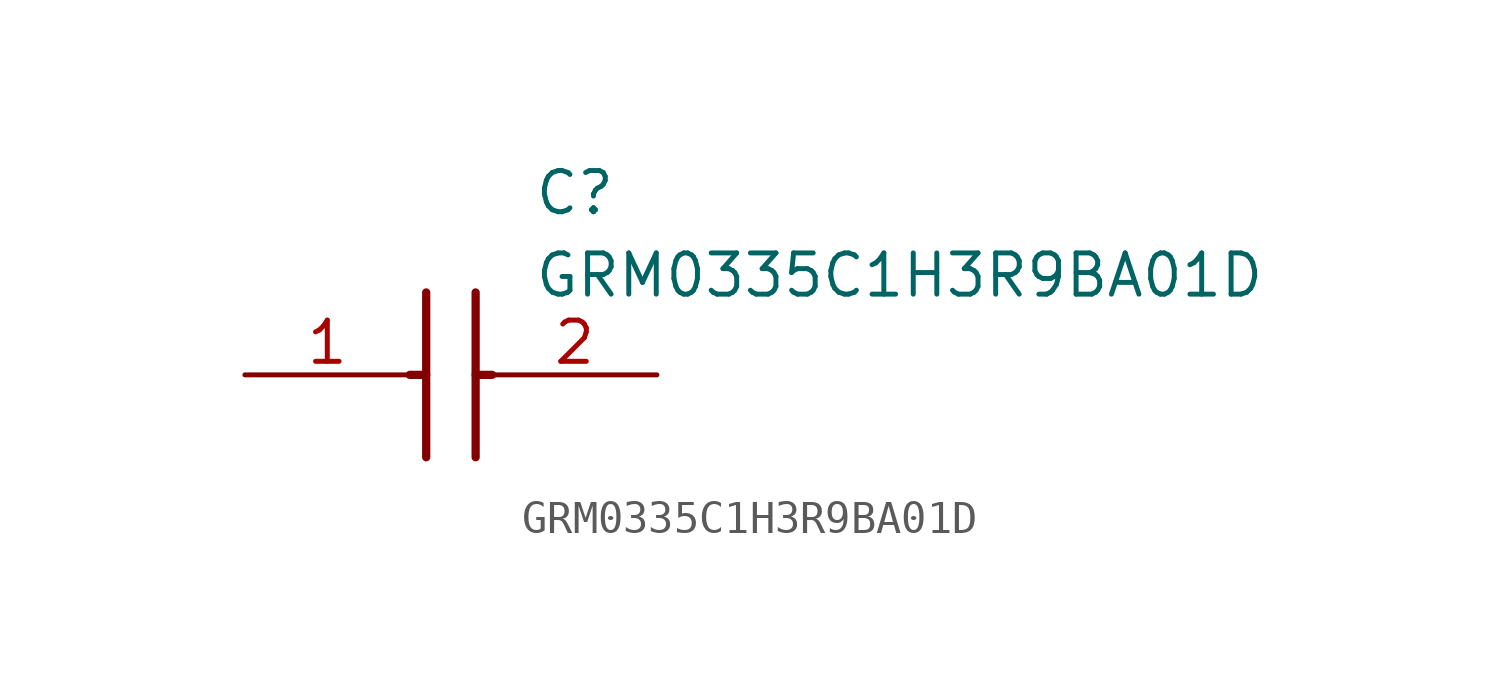
<source format=kicad_sym>
(kicad_symbol_lib
  (version 20211014)
  (generator SamacSys_ECAD_Model)
  (symbol "GRM0335C1H3R9BA01D"
    (pin_names hide)
    (property "Reference" "C"
      (at 8.89 6.35 0)
      (effects (font (size 1.27 1.27)) (justify left top)))
    (property "Value" "GRM0335C1H3R9BA01D"
      (at 8.89 3.81 0)
      (effects (font (size 1.27 1.27)) (justify left top)))
    (polyline
      (pts (xy 5.588 2.54) (xy 5.588 -2.54))
      (stroke (width 0.254) (type default))
      (fill (type none)))
    (polyline
      (pts (xy 7.112 2.54) (xy 7.112 -2.54))
      (stroke (width 0.254) (type default))
      (fill (type none)))
    (polyline
      (pts (xy 5.08 0) (xy 5.588 0))
      (stroke (width 0.254) (type default))
      (fill (type none)))
    (polyline
      (pts (xy 7.112 0) (xy 7.62 0))
      (stroke (width 0.254) (type default))
      (fill (type none)))
    (pin passive line
      (at 0 0 0)
      (length 5.08)
      (name "1" (effects (font (size 1.27 1.27))))
      (number "1" (effects (font (size 1.27 1.27)))))
    (pin passive line
      (at 12.7 0 180)
      (length 5.08)
      (name "2" (effects (font (size 1.27 1.27))))
      (number "2" (effects (font (size 1.27 1.27)))))))
</source>
